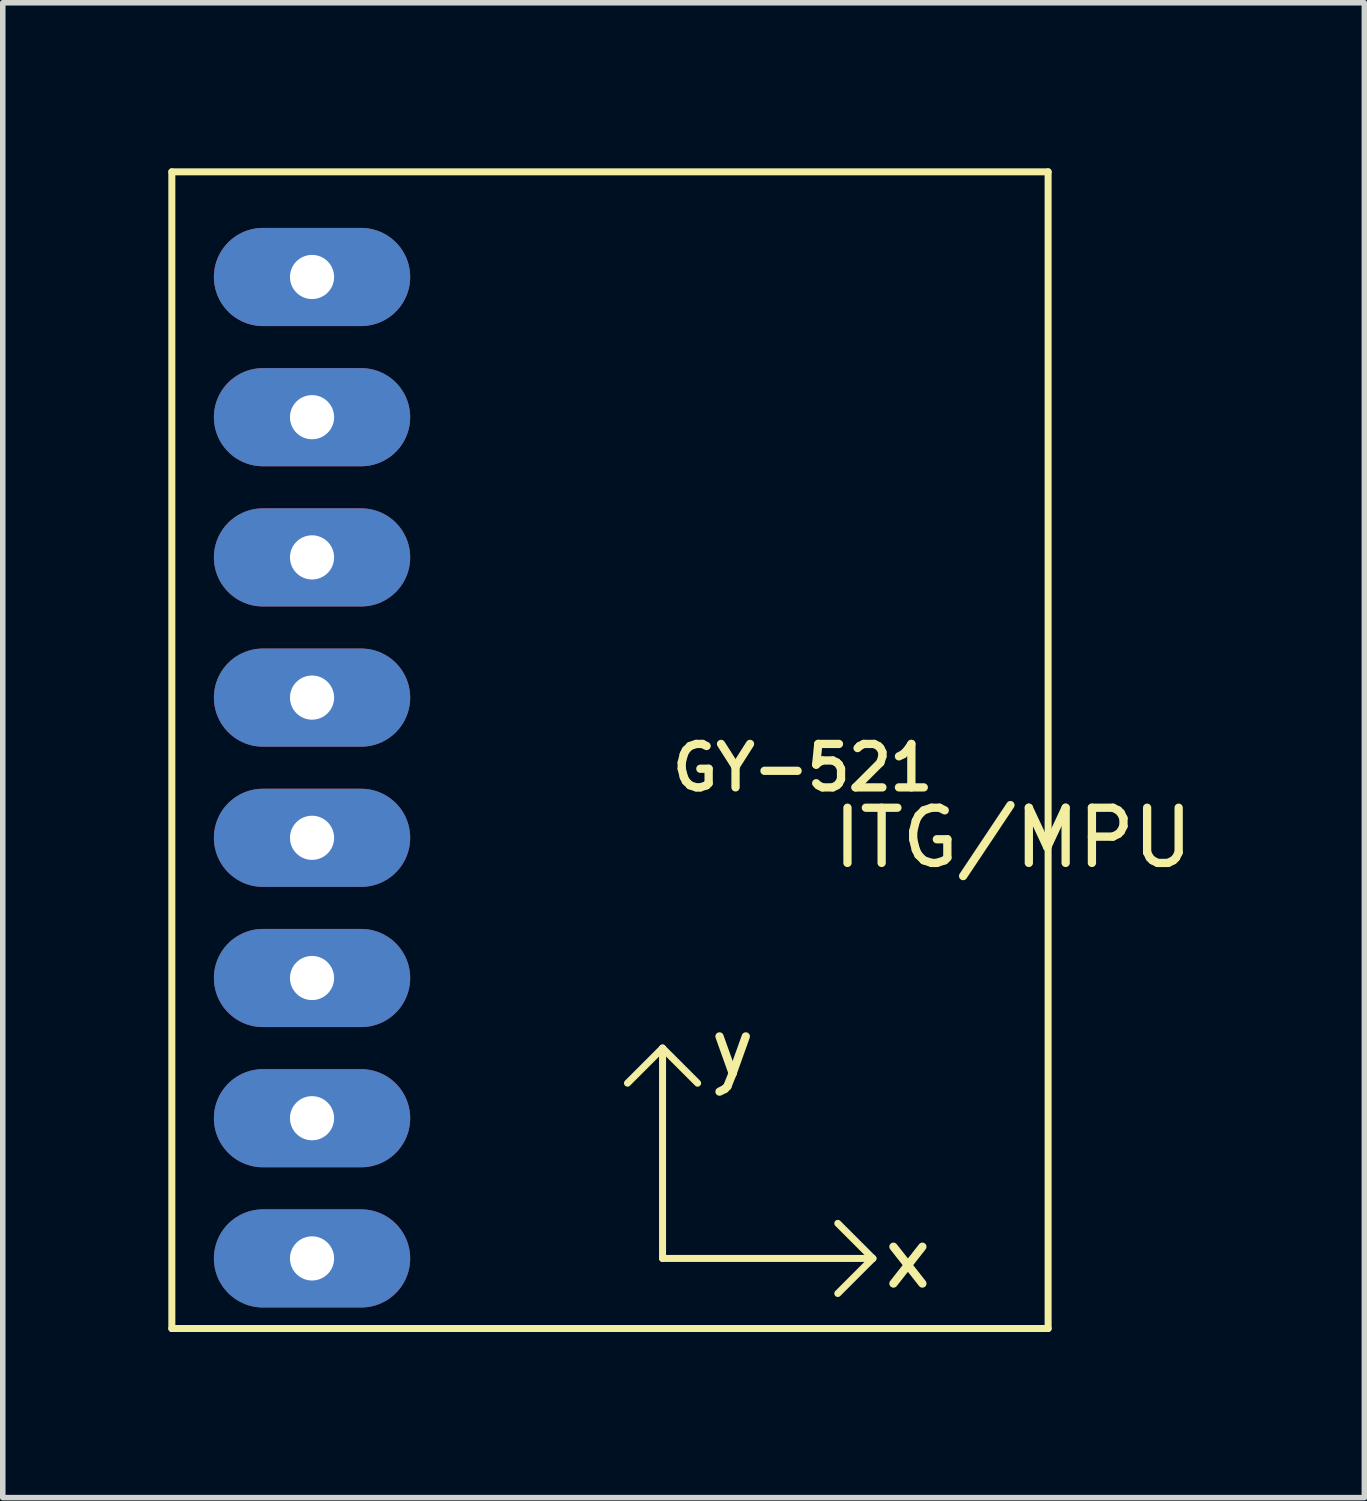
<source format=kicad_pcb>
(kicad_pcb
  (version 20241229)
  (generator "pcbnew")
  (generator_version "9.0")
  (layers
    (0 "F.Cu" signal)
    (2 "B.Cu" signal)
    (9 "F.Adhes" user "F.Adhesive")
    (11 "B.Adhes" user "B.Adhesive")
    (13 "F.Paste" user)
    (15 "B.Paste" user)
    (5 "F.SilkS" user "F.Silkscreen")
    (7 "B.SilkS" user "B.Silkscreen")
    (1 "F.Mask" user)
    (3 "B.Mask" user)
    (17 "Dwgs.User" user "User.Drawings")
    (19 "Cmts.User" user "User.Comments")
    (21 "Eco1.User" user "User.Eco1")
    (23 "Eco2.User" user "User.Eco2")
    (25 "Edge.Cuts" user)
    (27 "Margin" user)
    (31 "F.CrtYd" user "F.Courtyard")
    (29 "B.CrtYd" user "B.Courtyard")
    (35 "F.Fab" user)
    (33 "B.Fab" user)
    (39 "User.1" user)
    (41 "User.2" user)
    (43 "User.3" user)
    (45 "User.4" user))
  (footprint "GY-521"
    (layer "F.Cu")
    (at 11.493 10.858)
    (property "Reference" "GY-521" (at 0 0 0) (layer "F.SilkS") (effects (font (size 0.787 0.787) (thickness 0.15))))
    (attr through_hole)
    (fp_line (start -11.43 -10.795) (end 4.445 -10.795) (stroke (width 0.127) (type solid)) (layer "F.SilkS"))
    (fp_line (start -11.43 10.16) (end -11.43 -10.795) (stroke (width 0.127) (type solid)) (layer "F.SilkS"))
    (fp_line (start -2.54 5.08) (end -3.175 5.715) (stroke (width 0.127) (type solid)) (layer "F.SilkS"))
    (fp_line (start -2.54 5.08) (end -1.905 5.715) (stroke (width 0.127) (type solid)) (layer "F.SilkS"))
    (fp_line (start -2.54 8.89) (end -2.54 5.08) (stroke (width 0.127) (type solid)) (layer "F.SilkS"))
    (fp_line (start -2.54 8.89) (end 1.27 8.89) (stroke (width 0.127) (type solid)) (layer "F.SilkS"))
    (fp_line (start 1.27 8.89) (end 0.635 8.255) (stroke (width 0.127) (type solid)) (layer "F.SilkS"))
    (fp_line (start 1.27 8.89) (end 0.635 9.525) (stroke (width 0.127) (type solid)) (layer "F.SilkS"))
    (fp_line (start 4.445 -10.795) (end 4.445 10.16) (stroke (width 0.127) (type solid)) (layer "F.SilkS"))
    (fp_line (start 4.445 10.16) (end -11.43 10.16) (stroke (width 0.127) (type solid)) (layer "F.SilkS"))
    (fp_text user "y" (at -1.27 5.08 0) (layer "F.SilkS") (effects (font (size 1 1) (thickness 0.15))))
    (fp_text user "x" (at 1.905 8.89 0) (layer "F.SilkS") (effects (font (size 1 1) (thickness 0.15))))
    (fp_text user "ITG/MPU" (at 3.81 1.27 0) (layer "F.SilkS") (effects (font (size 1 1) (thickness 0.15))))
    (pad "1" thru_hole oval (at -8.89 -8.89) (size 3.556 1.778) (drill 0.8) (layers "*.Cu" "*.Mask"))
    (pad "2" thru_hole oval (at -8.89 -6.35) (size 3.556 1.778) (drill 0.8) (layers "*.Cu" "*.Mask"))
    (pad "3" thru_hole oval (at -8.89 -3.81) (size 3.556 1.778) (drill 0.8) (layers "*.Cu" "*.Mask"))
    (pad "4" thru_hole oval (at -8.89 -1.27) (size 3.556 1.778) (drill 0.8) (layers "*.Cu" "*.Mask"))
    (pad "5" thru_hole oval (at -8.89 1.27) (size 3.556 1.778) (drill 0.8) (layers "*.Cu" "*.Mask"))
    (pad "6" thru_hole oval (at -8.89 3.81) (size 3.556 1.778) (drill 0.8) (layers "*.Cu" "*.Mask"))
    (pad "7" thru_hole oval (at -8.89 6.35) (size 3.556 1.778) (drill 0.8) (layers "*.Cu" "*.Mask"))
    (pad "8" thru_hole oval (at -8.89 8.89) (size 3.556 1.778) (drill 0.8) (layers "*.Cu" "*.Mask")))
  (gr_rect
    (start -3 -3)
    (end 21.667 24.082)
    (stroke (width 0.1) (type default))
    (fill no)
    (layer "Edge.Cuts")))
</source>
